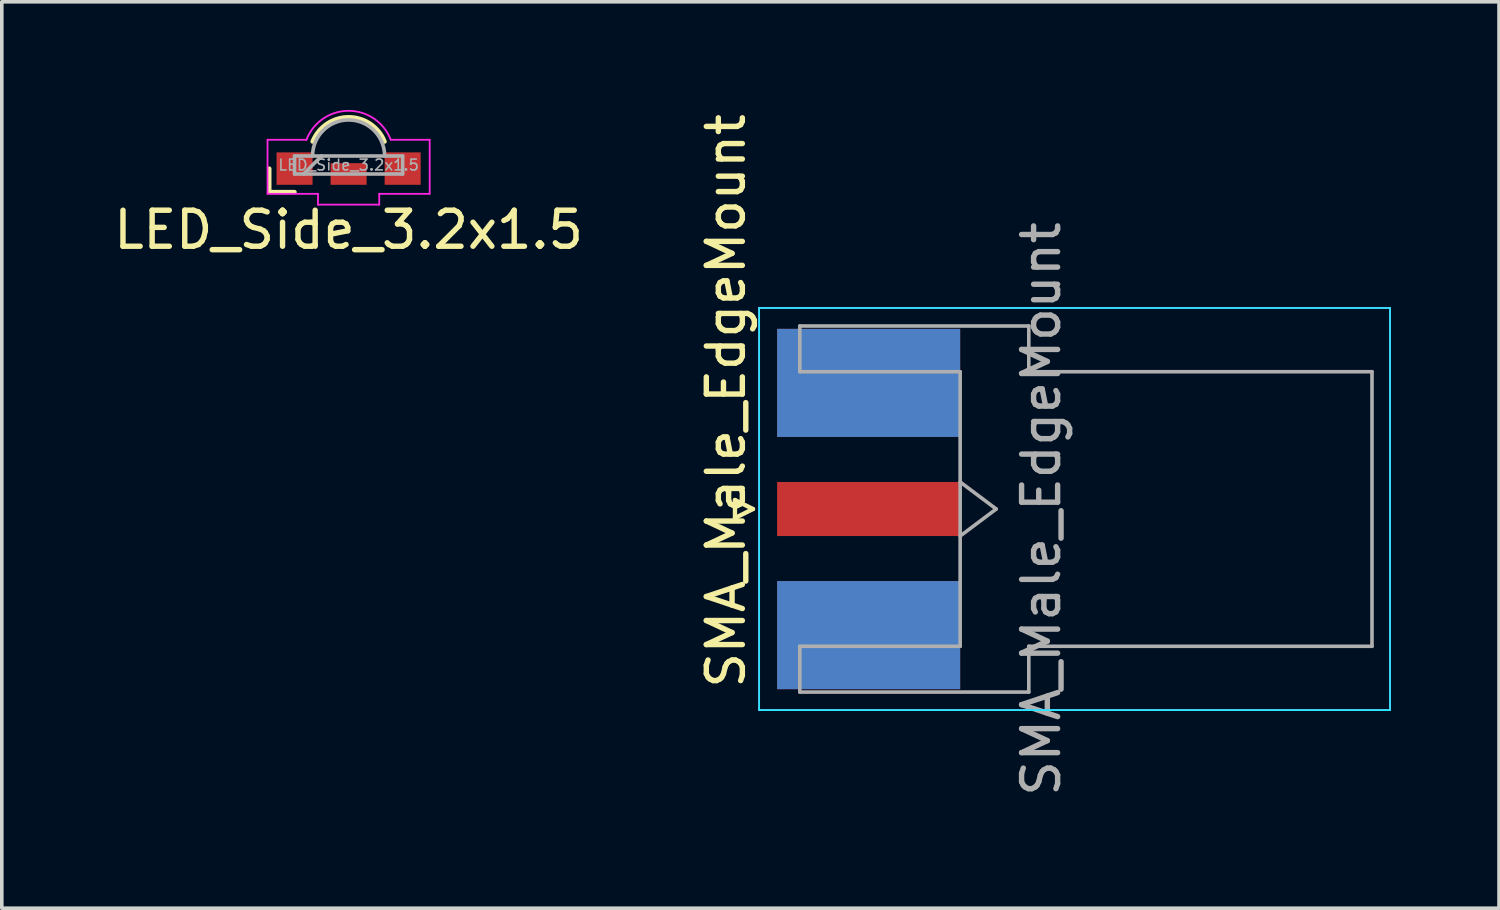
<source format=kicad_pcb>
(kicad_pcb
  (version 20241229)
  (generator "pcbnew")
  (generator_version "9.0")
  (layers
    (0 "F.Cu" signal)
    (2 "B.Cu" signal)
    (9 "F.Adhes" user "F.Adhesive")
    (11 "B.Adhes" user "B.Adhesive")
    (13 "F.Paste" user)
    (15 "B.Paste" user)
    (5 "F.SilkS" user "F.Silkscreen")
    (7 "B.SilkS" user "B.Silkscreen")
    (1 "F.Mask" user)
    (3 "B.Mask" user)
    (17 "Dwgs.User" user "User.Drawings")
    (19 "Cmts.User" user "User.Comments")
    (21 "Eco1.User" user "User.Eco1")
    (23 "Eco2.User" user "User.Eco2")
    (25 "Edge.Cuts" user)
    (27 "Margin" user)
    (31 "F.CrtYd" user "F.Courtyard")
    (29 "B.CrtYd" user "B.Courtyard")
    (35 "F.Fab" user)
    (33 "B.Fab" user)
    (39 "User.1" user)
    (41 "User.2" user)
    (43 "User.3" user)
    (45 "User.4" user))
  (footprint "SMA_Male_EdgeMount"
    (layer "F.Cu")
    (at 21.058 11.077)
    (property "Reference" "SMA_Male_EdgeMount" (at -3.96 -3 90) (layer "F.SilkS") (effects (font (size 1 1) (thickness 0.15))))
    (attr smd)
    (fp_line (start -3.71 -0.25) (end -3.71 0.25) (stroke (width 0.12) (type solid)) (layer "F.SilkS"))
    (fp_line (start -3.71 0.25) (end -3.21 0) (stroke (width 0.12) (type solid)) (layer "F.SilkS"))
    (fp_line (start -3.21 0) (end -3.71 -0.25) (stroke (width 0.12) (type solid)) (layer "F.SilkS"))
    (fp_line (start -3.04 5.58) (end -3.04 -5.58) (stroke (width 0.05) (type solid)) (layer "B.CrtYd"))
    (fp_line (start 14.47 -5.58) (end -3.04 -5.58) (stroke (width 0.05) (type solid)) (layer "B.CrtYd"))
    (fp_line (start 14.47 -5.58) (end 14.47 5.58) (stroke (width 0.05) (type solid)) (layer "B.CrtYd"))
    (fp_line (start 14.47 5.58) (end -3.04 5.58) (stroke (width 0.05) (type solid)) (layer "B.CrtYd"))
    (fp_line (start -3.04 5.58) (end -3.04 -5.58) (stroke (width 0.05) (type solid)) (layer "F.CrtYd"))
    (fp_line (start 14.47 -5.58) (end -3.04 -5.58) (stroke (width 0.05) (type solid)) (layer "F.CrtYd"))
    (fp_line (start 14.47 -5.58) (end 14.47 5.58) (stroke (width 0.05) (type solid)) (layer "F.CrtYd"))
    (fp_line (start 14.47 5.58) (end -3.04 5.58) (stroke (width 0.05) (type solid)) (layer "F.CrtYd"))
    (fp_line (start -1.91 -5.08) (end -1.91 -3.81) (stroke (width 0.1) (type solid)) (layer "F.Fab"))
    (fp_line (start -1.91 -5.08) (end 4.445 -5.08) (stroke (width 0.1) (type solid)) (layer "F.Fab"))
    (fp_line (start -1.91 -3.81) (end 2.54 -3.81) (stroke (width 0.1) (type solid)) (layer "F.Fab"))
    (fp_line (start -1.91 3.81) (end -1.91 5.08) (stroke (width 0.1) (type solid)) (layer "F.Fab"))
    (fp_line (start -1.91 5.08) (end 4.445 5.08) (stroke (width 0.1) (type solid)) (layer "F.Fab"))
    (fp_line (start 2.54 -3.81) (end 2.54 3.81) (stroke (width 0.1) (type solid)) (layer "F.Fab"))
    (fp_line (start 2.54 -0.75) (end 3.54 0) (stroke (width 0.1) (type solid)) (layer "F.Fab"))
    (fp_line (start 2.54 3.81) (end -1.91 3.81) (stroke (width 0.1) (type solid)) (layer "F.Fab"))
    (fp_line (start 3.54 0) (end 2.54 0.75) (stroke (width 0.1) (type solid)) (layer "F.Fab"))
    (fp_line (start 4.445 -3.81) (end 4.445 -5.08) (stroke (width 0.1) (type solid)) (layer "F.Fab"))
    (fp_line (start 4.445 -3.81) (end 13.97 -3.81) (stroke (width 0.1) (type solid)) (layer "F.Fab"))
    (fp_line (start 4.445 5.08) (end 4.445 3.81) (stroke (width 0.1) (type solid)) (layer "F.Fab"))
    (fp_line (start 13.97 -3.81) (end 13.97 3.81) (stroke (width 0.1) (type solid)) (layer "F.Fab"))
    (fp_line (start 13.97 3.81) (end 4.445 3.81) (stroke (width 0.1) (type solid)) (layer "F.Fab"))
    (fp_text user "${REFERENCE}" (at 4.79 0 270) (layer "F.Fab") (effects (font (size 1 1) (thickness 0.15))))
    (pad "1" smd rect (at 0 0 90) (size 1.5 5.08) (layers "F.Cu" "F.Mask" "F.Paste"))
    (pad "2" smd rect (at 0 -3.5 90) (size 3 5.08) (layers "F.Cu" "F.Mask" "F.Paste"))
    (pad "2" smd rect (at 0 -3.5 90) (size 3 5.08) (layers "B.Cu" "B.Mask" "B.Paste"))
    (pad "2" smd rect (at 0 3.5 90) (size 3 5.08) (layers "F.Cu" "F.Mask" "F.Paste"))
    (pad "2" smd rect (at 0 3.5 90) (size 3 5.08) (layers "B.Cu" "B.Mask" "B.Paste")))
  (footprint "LED_Side_3.2x1.5"
    (layer "F.Cu")
    (at 6.625 1.629)
    (property "Reference" "LED_Side_3.2x1.5" (at 0 1.7 0) (layer "F.SilkS") (effects (font (size 1 1) (thickness 0.15))))
    (attr smd)
    (fp_line (start -2.2 0) (end -2.2 0.65) (stroke (width 0.12) (type solid)) (layer "F.SilkS"))
    (fp_line (start -2.2 0.65) (end -1.5 0.65) (stroke (width 0.12) (type solid)) (layer "F.SilkS"))
    (fp_arc (start -1 -0.75) (mid 0 -1.427033) (end 1 -0.75) (stroke (width 0.12) (type solid)) (layer "F.SilkS"))
    (fp_line (start -2.25 -0.8) (end -1.17 -0.8) (stroke (width 0.05) (type solid)) (layer "F.CrtYd"))
    (fp_line (start -2.25 0.7) (end -2.25 -0.8) (stroke (width 0.05) (type solid)) (layer "F.CrtYd"))
    (fp_line (start -2.25 0.7) (end -0.85 0.7) (stroke (width 0.05) (type solid)) (layer "F.CrtYd"))
    (fp_line (start -0.85 0.7) (end -0.85 1) (stroke (width 0.05) (type solid)) (layer "F.CrtYd"))
    (fp_line (start -0.85 1) (end 0.85 1) (stroke (width 0.05) (type solid)) (layer "F.CrtYd"))
    (fp_line (start 0.85 0.7) (end 2.25 0.7) (stroke (width 0.05) (type solid)) (layer "F.CrtYd"))
    (fp_line (start 0.85 1) (end 0.85 0.7) (stroke (width 0.05) (type solid)) (layer "F.CrtYd"))
    (fp_line (start 2.25 -0.8) (end 1.17 -0.8) (stroke (width 0.05) (type solid)) (layer "F.CrtYd"))
    (fp_line (start 2.25 0.7) (end 2.25 -0.8) (stroke (width 0.05) (type solid)) (layer "F.CrtYd"))
    (fp_arc (start -1.17 -0.8) (mid 0 -1.603555) (end 1.17 -0.8) (stroke (width 0.05) (type solid)) (layer "F.CrtYd"))
    (fp_line (start -1.5 -0.35) (end -1.5 0.15) (stroke (width 0.1) (type solid)) (layer "F.Fab"))
    (fp_line (start -1.5 0.15) (end 1.5 0.15) (stroke (width 0.1) (type solid)) (layer "F.Fab"))
    (fp_line (start -0.75 -0.35) (end -1.25 0.15) (stroke (width 0.1) (type solid)) (layer "F.Fab"))
    (fp_line (start 1.5 -0.35) (end -1.5 -0.35) (stroke (width 0.1) (type solid)) (layer "F.Fab"))
    (fp_line (start 1.5 0.15) (end 1.5 -0.35) (stroke (width 0.1) (type solid)) (layer "F.Fab"))
    (fp_arc (start -1 -0.35) (mid 0 -1.35) (end 1 -0.35) (stroke (width 0.1) (type solid)) (layer "F.Fab"))
    (fp_text user "${REFERENCE}" (at 0 -0.1 0) (layer "F.Fab") (effects (font (size 0.3 0.3) (thickness 0.045))))
    (pad "1" smd rect (at 1.5 0) (size 1 0.9) (layers "F.Cu" "F.Mask" "F.Paste"))
    (pad "2" smd rect (at -1.5 0) (size 1 0.9) (layers "F.Cu" "F.Mask" "F.Paste"))
    (pad "3" smd rect (at 0 0.15) (size 1 0.6) (layers "F.Cu" "F.Mask" "F.Paste")))
  (gr_rect
    (start -3 -3)
    (end 38.553 22.155)
    (stroke (width 0.1) (type default))
    (fill no)
    (layer "Edge.Cuts")))
</source>
